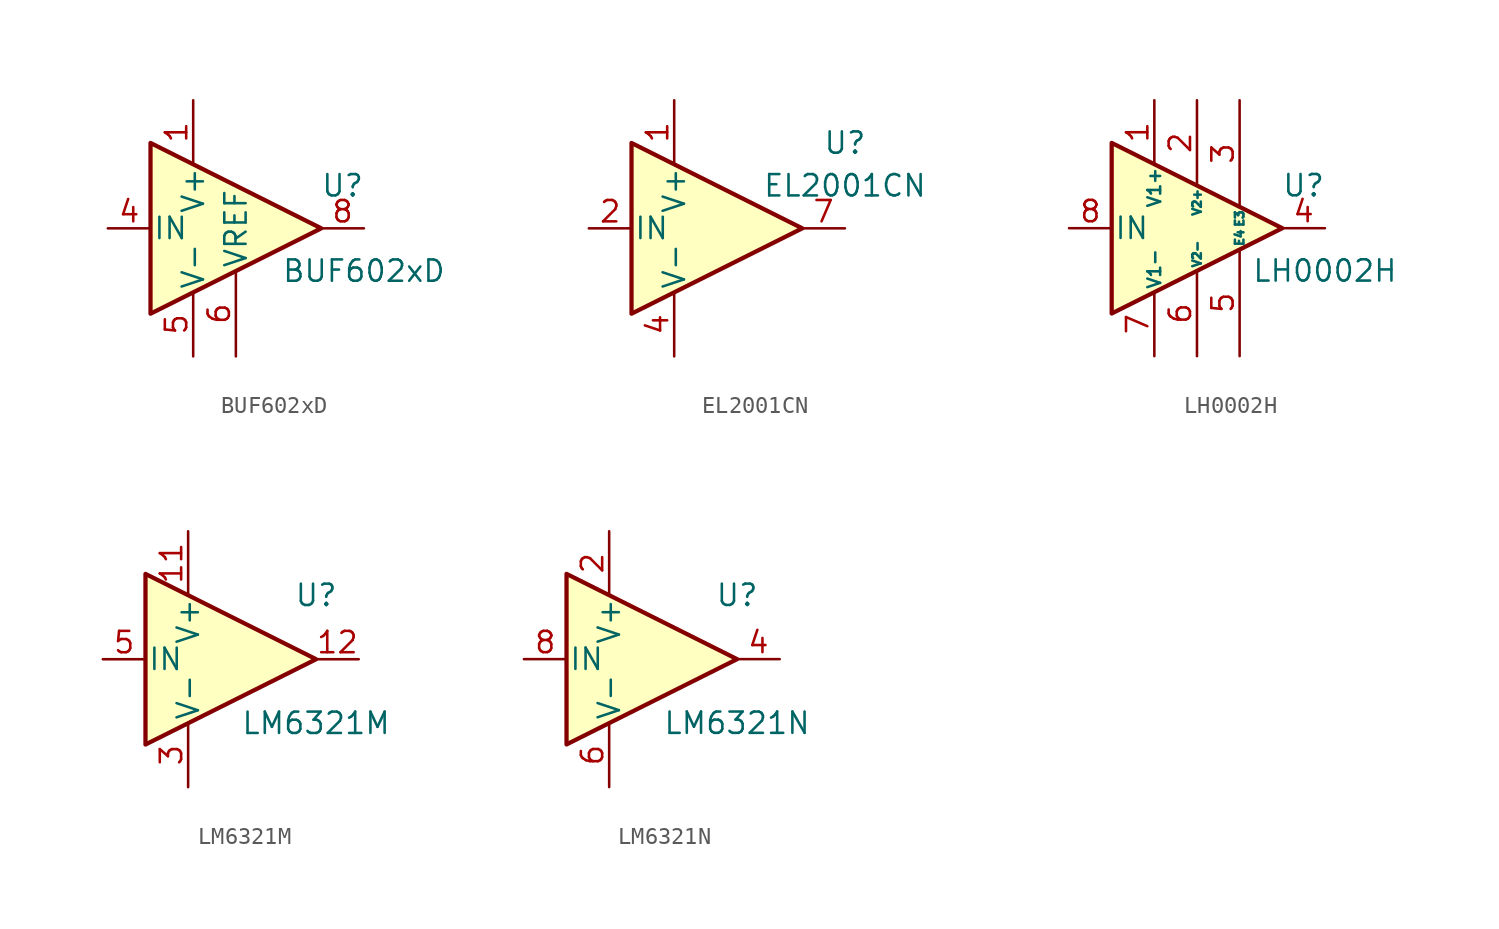
<source format=kicad_sym>
(kicad_symbol_lib
  (version 20201005)
  (generator kicad_symbol_editor)
  (symbol "BUF602xD"
    (pin_names
      (offset 0.127))
    (property "Reference" "U"
      (at 6.35 2.54 0)
      (effects (font (size 1.27 1.27))))
    (property "Value" "BUF602xD"
      (at 7.62 -2.54 0)
      (effects (font (size 1.27 1.27))))
    (symbol "BUF602xD_0_1"
      (polyline (pts (xy 5.08 0) (xy -5.08 5.08) (xy -5.08 -5.08) (xy 5.08 0)) (stroke (width 0.254)) (fill (type background))))
    (symbol "BUF602xD_1_1"
      (pin power_in line (at -2.54 7.62 270) (length 3.81) (name "V+" (effects (font (size 1.27 1.27)))) (number "1" (effects (font (size 1.27 1.27)))))
      (pin no_connect line (at -5.08 5.08 0) (length 2.54) hide (name "NC" (effects (font (size 1.27 1.27)))) (number "2" (effects (font (size 1.27 1.27)))))
      (pin no_connect line (at -5.08 2.54 0) (length 2.54) hide (name "NC" (effects (font (size 1.27 1.27)))) (number "3" (effects (font (size 1.27 1.27)))))
      (pin input line (at -7.62 0 0) (length 2.54) (name "IN" (effects (font (size 1.27 1.27)))) (number "4" (effects (font (size 1.27 1.27)))))
      (pin power_in line (at -2.54 -7.62 90) (length 3.81) (name "V-" (effects (font (size 1.27 1.27)))) (number "5" (effects (font (size 1.27 1.27)))))
      (pin output line (at 0 -7.62 90) (length 5.08) (name "VREF" (effects (font (size 1.27 1.27)))) (number "6" (effects (font (size 1.27 1.27)))))
      (pin no_connect line (at -5.08 -2.54 0) (length 2.54) hide (name "NC" (effects (font (size 1.27 1.27)))) (number "7" (effects (font (size 1.27 1.27)))))
      (pin output line (at 7.62 0 180) (length 2.54) (name "~" (effects (font (size 1.27 1.27)))) (number "8" (effects (font (size 1.27 1.27)))))))
  (symbol "EL2001CN"
    (pin_names
      (offset 0.127))
    (property "Reference" "U"
      (at 7.62 5.08 0)
      (effects (font (size 1.27 1.27))))
    (property "Value" "EL2001CN"
      (at 7.62 2.54 0)
      (effects (font (size 1.27 1.27))))
    (symbol "EL2001CN_0_1"
      (polyline (pts (xy 5.08 0) (xy -5.08 5.08) (xy -5.08 -5.08) (xy 5.08 0)) (stroke (width 0.254)) (fill (type background))))
    (symbol "EL2001CN_1_1"
      (pin power_in line (at -2.54 7.62 270) (length 3.81) (name "V+" (effects (font (size 1.27 1.27)))) (number "1" (effects (font (size 1.27 1.27)))))
      (pin input line (at -7.62 0 0) (length 2.54) (name "IN" (effects (font (size 1.27 1.27)))) (number "2" (effects (font (size 1.27 1.27)))))
      (pin no_connect line (at -5.08 2.54 0) (length 2.54) hide (name "NC" (effects (font (size 1.27 1.27)))) (number "3" (effects (font (size 1.27 1.27)))))
      (pin power_in line (at -2.54 -7.62 90) (length 3.81) (name "V-" (effects (font (size 1.27 1.27)))) (number "4" (effects (font (size 1.27 1.27)))))
      (pin no_connect line (at -5.08 -2.54 0) (length 2.54) hide (name "NC" (effects (font (size 1.27 1.27)))) (number "5" (effects (font (size 1.27 1.27)))))
      (pin no_connect line (at -5.08 -5.08 0) (length 2.54) hide (name "NC" (effects (font (size 1.27 1.27)))) (number "6" (effects (font (size 1.27 1.27)))))
      (pin output line (at 7.62 0 180) (length 2.54) (name "~" (effects (font (size 1.27 1.27)))) (number "7" (effects (font (size 1.27 1.27)))))
      (pin no_connect line (at -5.08 5.08 0) (length 2.54) hide (name "NC" (effects (font (size 1.27 1.27)))) (number "8" (effects (font (size 1.27 1.27)))))))
  (symbol "LH0002H"
    (pin_names
      (offset 0.127))
    (property "Reference" "U"
      (at 6.35 2.54 0)
      (effects (font (size 1.27 1.27))))
    (property "Value" "LH0002H"
      (at 7.62 -2.54 0)
      (effects (font (size 1.27 1.27))))
    (symbol "LH0002H_0_1"
      (polyline (pts (xy 5.08 0) (xy -5.08 5.08) (xy -5.08 -5.08) (xy 5.08 0)) (stroke (width 0.254)) (fill (type background))))
    (symbol "LH0002H_1_1"
      (pin power_in line (at -2.54 7.62 270) (length 3.81) (name "V1+" (effects (font (size 0.762 0.762)))) (number "1" (effects (font (size 1.27 1.27)))))
      (pin power_in line (at 0 7.62 270) (length 5.08) (name "V2+" (effects (font (size 0.508 0.508)))) (number "2" (effects (font (size 1.27 1.27)))))
      (pin passive line (at 2.54 7.62 270) (length 6.35) (name "E3" (effects (font (size 0.508 0.508)))) (number "3" (effects (font (size 1.27 1.27)))))
      (pin output line (at 7.62 0 180) (length 2.54) (name "~" (effects (font (size 1.27 1.27)))) (number "4" (effects (font (size 1.27 1.27)))))
      (pin passive line (at 2.54 -7.62 90) (length 6.35) (name "E4" (effects (font (size 0.508 0.508)))) (number "5" (effects (font (size 1.27 1.27)))))
      (pin power_in line (at 0 -7.62 90) (length 5.08) (name "V2-" (effects (font (size 0.508 0.508)))) (number "6" (effects (font (size 1.27 1.27)))))
      (pin power_in line (at -2.54 -7.62 90) (length 3.81) (name "V1-" (effects (font (size 0.762 0.762)))) (number "7" (effects (font (size 1.27 1.27)))))
      (pin input line (at -7.62 0 0) (length 2.54) (name "IN" (effects (font (size 1.27 1.27)))) (number "8" (effects (font (size 1.27 1.27)))))))
  (symbol "LM6321M"
    (pin_names
      (offset 0.127))
    (property "Reference" "U"
      (at 5.08 3.81 0)
      (effects (font (size 1.27 1.27))))
    (property "Value" "LM6321M"
      (at 5.08 -3.81 0)
      (effects (font (size 1.27 1.27))))
    (symbol "LM6321M_0_1"
      (polyline (pts (xy 5.08 0) (xy -5.08 5.08) (xy -5.08 -5.08) (xy 5.08 0)) (stroke (width 0.254)) (fill (type background))))
    (symbol "LM6321M_1_1"
      (pin passive line (at -2.54 -7.62 90) (length 3.81) hide (name "V-" (effects (font (size 1.27 1.27)))) (number "1" (effects (font (size 1.27 1.27)))))
      (pin no_connect line (at 0 -2.54 90) (length 2.54) hide (name "NC" (effects (font (size 1.27 1.27)))) (number "10" (effects (font (size 1.27 1.27)))))
      (pin power_in line (at -2.54 7.62 270) (length 3.81) (name "V+" (effects (font (size 1.27 1.27)))) (number "11" (effects (font (size 1.27 1.27)))))
      (pin output line (at 7.62 0 180) (length 2.54) (name "~" (effects (font (size 1.27 1.27)))) (number "12" (effects (font (size 1.27 1.27)))))
      (pin passive line (at -2.54 -7.62 90) (length 3.81) hide (name "V-" (effects (font (size 1.27 1.27)))) (number "13" (effects (font (size 1.27 1.27)))))
      (pin passive line (at -2.54 -7.62 90) (length 3.81) hide (name "V-" (effects (font (size 1.27 1.27)))) (number "14" (effects (font (size 1.27 1.27)))))
      (pin passive line (at -2.54 -7.62 90) (length 3.81) hide (name "V-" (effects (font (size 1.27 1.27)))) (number "2" (effects (font (size 1.27 1.27)))))
      (pin power_in line (at -2.54 -7.62 90) (length 3.81) (name "V-" (effects (font (size 1.27 1.27)))) (number "3" (effects (font (size 1.27 1.27)))))
      (pin no_connect line (at 0 2.54 270) (length 2.54) hide (name "NC" (effects (font (size 1.27 1.27)))) (number "4" (effects (font (size 1.27 1.27)))))
      (pin input line (at -7.62 0 0) (length 2.54) (name "IN" (effects (font (size 1.27 1.27)))) (number "5" (effects (font (size 1.27 1.27)))))
      (pin passive line (at -2.54 -7.62 90) (length 3.81) hide (name "V-" (effects (font (size 1.27 1.27)))) (number "6" (effects (font (size 1.27 1.27)))))
      (pin passive line (at -2.54 -7.62 90) (length 3.81) hide (name "V-" (effects (font (size 1.27 1.27)))) (number "7" (effects (font (size 1.27 1.27)))))
      (pin passive line (at -2.54 -7.62 90) (length 3.81) hide (name "V-" (effects (font (size 1.27 1.27)))) (number "8" (effects (font (size 1.27 1.27)))))
      (pin passive line (at -2.54 -7.62 90) (length 3.81) hide (name "V-" (effects (font (size 1.27 1.27)))) (number "9" (effects (font (size 1.27 1.27)))))))
  (symbol "LM6321N"
    (pin_names
      (offset 0.127))
    (property "Reference" "U"
      (at 5.08 3.81 0)
      (effects (font (size 1.27 1.27))))
    (property "Value" "LM6321N"
      (at 5.08 -3.81 0)
      (effects (font (size 1.27 1.27))))
    (symbol "LM6321N_0_1"
      (polyline (pts (xy 5.08 0) (xy -5.08 5.08) (xy -5.08 -5.08) (xy 5.08 0)) (stroke (width 0.254)) (fill (type background))))
    (symbol "LM6321N_1_1"
      (pin no_connect line (at -2.54 -2.54 90) (length 2.54) hide (name "NC" (effects (font (size 1.27 1.27)))) (number "1" (effects (font (size 1.27 1.27)))))
      (pin power_in line (at -2.54 7.62 270) (length 3.81) (name "V+" (effects (font (size 1.27 1.27)))) (number "2" (effects (font (size 1.27 1.27)))))
      (pin no_connect line (at 0 -2.54 90) (length 2.54) hide (name "NC" (effects (font (size 1.27 1.27)))) (number "3" (effects (font (size 1.27 1.27)))))
      (pin output line (at 7.62 0 180) (length 2.54) (name "~" (effects (font (size 1.27 1.27)))) (number "4" (effects (font (size 1.27 1.27)))))
      (pin no_connect line (at -2.54 2.54 270) (length 2.54) hide (name "NC" (effects (font (size 1.27 1.27)))) (number "5" (effects (font (size 1.27 1.27)))))
      (pin power_in line (at -2.54 -7.62 90) (length 3.81) (name "V-" (effects (font (size 1.27 1.27)))) (number "6" (effects (font (size 1.27 1.27)))))
      (pin no_connect line (at 0 2.54 270) (length 2.54) hide (name "NC" (effects (font (size 1.27 1.27)))) (number "7" (effects (font (size 1.27 1.27)))))
      (pin input line (at -7.62 0 0) (length 2.54) (name "IN" (effects (font (size 1.27 1.27)))) (number "8" (effects (font (size 1.27 1.27))))))))
</source>
